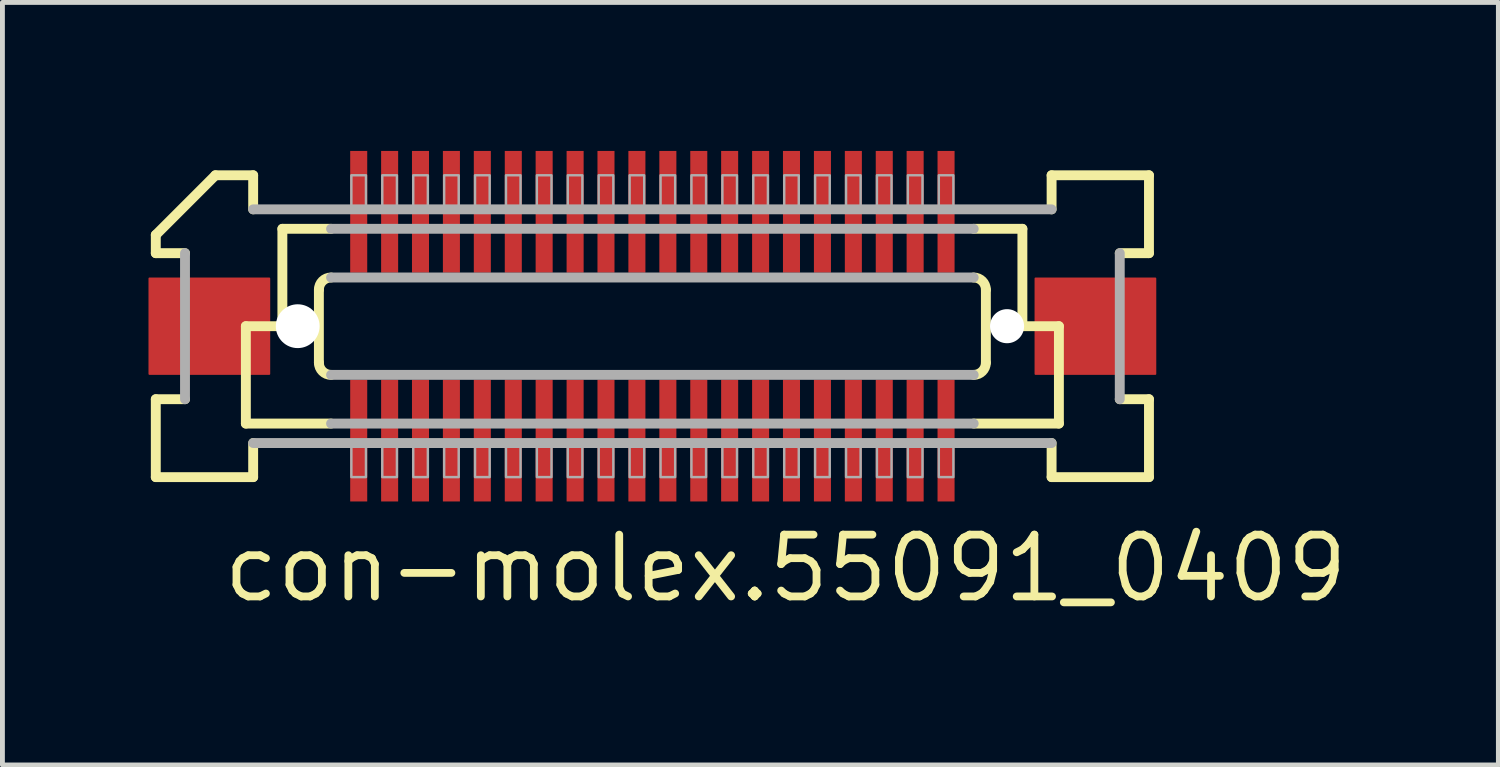
<source format=kicad_pcb>
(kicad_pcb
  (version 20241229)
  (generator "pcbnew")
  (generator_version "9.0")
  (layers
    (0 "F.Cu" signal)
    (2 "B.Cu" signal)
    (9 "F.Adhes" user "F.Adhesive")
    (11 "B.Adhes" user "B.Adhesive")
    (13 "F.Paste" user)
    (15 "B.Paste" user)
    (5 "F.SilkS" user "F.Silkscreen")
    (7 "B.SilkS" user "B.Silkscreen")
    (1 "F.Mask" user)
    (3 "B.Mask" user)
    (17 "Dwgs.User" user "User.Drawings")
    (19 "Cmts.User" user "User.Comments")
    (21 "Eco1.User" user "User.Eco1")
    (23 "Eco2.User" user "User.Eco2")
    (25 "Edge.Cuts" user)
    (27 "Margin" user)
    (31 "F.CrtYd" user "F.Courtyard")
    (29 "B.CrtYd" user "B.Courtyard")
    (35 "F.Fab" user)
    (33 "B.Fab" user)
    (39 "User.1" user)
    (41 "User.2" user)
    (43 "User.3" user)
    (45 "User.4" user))
  (footprint "con-molex.55091_0409"
    (layer "F.Cu")
    (at 10.35 3.65)
    (property "Reference" "con-molex.55091_0409" (at -8.89 5.715 0) (layer "F.SilkS") (effects (font (size 1.27 1.27) (thickness 0.16)) (justify left bottom)))
    (attr smd)
    (fp_rect (start -6.232 -1.075) (end -5.832 -3.625) (stroke (width 0.05) (type default)) (fill yes) (layer "F.Mask"))
    (fp_rect (start -6.232 3.625) (end -5.832 1.075) (stroke (width 0.05) (type default)) (fill yes) (layer "F.Mask"))
    (fp_rect (start -5.598 -1.075) (end -5.197 -3.625) (stroke (width 0.05) (type default)) (fill yes) (layer "F.Mask"))
    (fp_rect (start -5.598 3.625) (end -5.197 1.075) (stroke (width 0.05) (type default)) (fill yes) (layer "F.Mask"))
    (fp_rect (start -4.963 -1.075) (end -4.562 -3.625) (stroke (width 0.05) (type default)) (fill yes) (layer "F.Mask"))
    (fp_rect (start -4.963 3.625) (end -4.562 1.075) (stroke (width 0.05) (type default)) (fill yes) (layer "F.Mask"))
    (fp_rect (start -4.327 -1.075) (end -3.928 -3.625) (stroke (width 0.05) (type default)) (fill yes) (layer "F.Mask"))
    (fp_rect (start -4.327 3.625) (end -3.928 1.075) (stroke (width 0.05) (type default)) (fill yes) (layer "F.Mask"))
    (fp_rect (start -3.692 -1.075) (end -3.292 -3.625) (stroke (width 0.05) (type default)) (fill yes) (layer "F.Mask"))
    (fp_rect (start -3.692 3.625) (end -3.292 1.075) (stroke (width 0.05) (type default)) (fill yes) (layer "F.Mask"))
    (fp_rect (start -3.058 -1.075) (end -2.658 -3.625) (stroke (width 0.05) (type default)) (fill yes) (layer "F.Mask"))
    (fp_rect (start -3.058 3.625) (end -2.658 1.075) (stroke (width 0.05) (type default)) (fill yes) (layer "F.Mask"))
    (fp_rect (start -2.422 -1.075) (end -2.022 -3.625) (stroke (width 0.05) (type default)) (fill yes) (layer "F.Mask"))
    (fp_rect (start -2.422 3.625) (end -2.022 1.075) (stroke (width 0.05) (type default)) (fill yes) (layer "F.Mask"))
    (fp_rect (start -1.788 -1.075) (end -1.387 -3.625) (stroke (width 0.05) (type default)) (fill yes) (layer "F.Mask"))
    (fp_rect (start -1.788 3.625) (end -1.387 1.075) (stroke (width 0.05) (type default)) (fill yes) (layer "F.Mask"))
    (fp_rect (start -1.153 -1.075) (end -0.752 -3.625) (stroke (width 0.05) (type default)) (fill yes) (layer "F.Mask"))
    (fp_rect (start -1.153 3.625) (end -0.752 1.075) (stroke (width 0.05) (type default)) (fill yes) (layer "F.Mask"))
    (fp_rect (start -0.517 -1.075) (end -0.117 -3.625) (stroke (width 0.05) (type default)) (fill yes) (layer "F.Mask"))
    (fp_rect (start -0.517 3.625) (end -0.117 1.075) (stroke (width 0.05) (type default)) (fill yes) (layer "F.Mask"))
    (fp_rect (start 0.117 -1.075) (end 0.517 -3.625) (stroke (width 0.05) (type default)) (fill yes) (layer "F.Mask"))
    (fp_rect (start 0.117 3.625) (end 0.517 1.075) (stroke (width 0.05) (type default)) (fill yes) (layer "F.Mask"))
    (fp_rect (start 0.752 -1.075) (end 1.153 -3.625) (stroke (width 0.05) (type default)) (fill yes) (layer "F.Mask"))
    (fp_rect (start 0.752 3.625) (end 1.153 1.075) (stroke (width 0.05) (type default)) (fill yes) (layer "F.Mask"))
    (fp_rect (start 1.387 -1.075) (end 1.788 -3.625) (stroke (width 0.05) (type default)) (fill yes) (layer "F.Mask"))
    (fp_rect (start 1.387 3.625) (end 1.788 1.075) (stroke (width 0.05) (type default)) (fill yes) (layer "F.Mask"))
    (fp_rect (start 2.022 -1.075) (end 2.422 -3.625) (stroke (width 0.05) (type default)) (fill yes) (layer "F.Mask"))
    (fp_rect (start 2.022 3.625) (end 2.422 1.075) (stroke (width 0.05) (type default)) (fill yes) (layer "F.Mask"))
    (fp_rect (start 2.658 -1.075) (end 3.058 -3.625) (stroke (width 0.05) (type default)) (fill yes) (layer "F.Mask"))
    (fp_rect (start 2.658 3.625) (end 3.058 1.075) (stroke (width 0.05) (type default)) (fill yes) (layer "F.Mask"))
    (fp_rect (start 3.292 -1.075) (end 3.692 -3.625) (stroke (width 0.05) (type default)) (fill yes) (layer "F.Mask"))
    (fp_rect (start 3.292 3.625) (end 3.692 1.075) (stroke (width 0.05) (type default)) (fill yes) (layer "F.Mask"))
    (fp_rect (start 3.928 -1.075) (end 4.327 -3.625) (stroke (width 0.05) (type default)) (fill yes) (layer "F.Mask"))
    (fp_rect (start 3.928 3.625) (end 4.327 1.075) (stroke (width 0.05) (type default)) (fill yes) (layer "F.Mask"))
    (fp_rect (start 4.562 -1.075) (end 4.963 -3.625) (stroke (width 0.05) (type default)) (fill yes) (layer "F.Mask"))
    (fp_rect (start 4.562 3.625) (end 4.963 1.075) (stroke (width 0.05) (type default)) (fill yes) (layer "F.Mask"))
    (fp_rect (start 5.197 -1.075) (end 5.598 -3.625) (stroke (width 0.05) (type default)) (fill yes) (layer "F.Mask"))
    (fp_rect (start 5.197 3.625) (end 5.598 1.075) (stroke (width 0.05) (type default)) (fill yes) (layer "F.Mask"))
    (fp_rect (start 5.832 -1.075) (end 6.232 -3.625) (stroke (width 0.05) (type default)) (fill yes) (layer "F.Mask"))
    (fp_rect (start 5.832 3.625) (end 6.232 1.075) (stroke (width 0.05) (type default)) (fill yes) (layer "F.Mask"))
    (fp_line (start -10.2 -1.5) (end -10.2 -1.875) (stroke (width 0.203) (type default)) (layer "F.SilkS"))
    (fp_line (start -10.2 1.5) (end -9.6 1.5) (stroke (width 0.203) (type default)) (layer "F.SilkS"))
    (fp_line (start -10.2 3.1) (end -10.2 1.5) (stroke (width 0.203) (type default)) (layer "F.SilkS"))
    (fp_line (start -9.6 -1.5) (end -10.2 -1.5) (stroke (width 0.203) (type default)) (layer "F.SilkS"))
    (fp_line (start -8.975 -3.1) (end -10.2 -1.875) (stroke (width 0.203) (type default)) (layer "F.SilkS"))
    (fp_line (start -8.975 -3.1) (end -8.2 -3.1) (stroke (width 0.203) (type default)) (layer "F.SilkS"))
    (fp_line (start -8.35 0) (end -8.35 2) (stroke (width 0.203) (type default)) (layer "F.SilkS"))
    (fp_line (start -8.35 2) (end -6.6 2) (stroke (width 0.203) (type default)) (layer "F.SilkS"))
    (fp_line (start -8.2 -3.1) (end -8.2 -2.4) (stroke (width 0.203) (type default)) (layer "F.SilkS"))
    (fp_line (start -8.2 2.4) (end -8.2 3.1) (stroke (width 0.203) (type default)) (layer "F.SilkS"))
    (fp_line (start -8.2 3.1) (end -10.2 3.1) (stroke (width 0.203) (type default)) (layer "F.SilkS"))
    (fp_line (start -7.6 -2) (end -7.6 0) (stroke (width 0.203) (type default)) (layer "F.SilkS"))
    (fp_line (start -7.6 0) (end -8.35 0) (stroke (width 0.203) (type default)) (layer "F.SilkS"))
    (fp_line (start -6.85 0.75) (end -6.85 -0.75) (stroke (width 0.203) (type default)) (layer "F.SilkS"))
    (fp_line (start -6.6 -2) (end -7.6 -2) (stroke (width 0.203) (type default)) (layer "F.SilkS"))
    (fp_line (start 6.6 2) (end 8.35 2) (stroke (width 0.203) (type default)) (layer "F.SilkS"))
    (fp_line (start 6.85 -0.75) (end 6.85 0.75) (stroke (width 0.203) (type default)) (layer "F.SilkS"))
    (fp_line (start 7.6 -2) (end 6.6 -2) (stroke (width 0.203) (type default)) (layer "F.SilkS"))
    (fp_line (start 7.6 -2) (end 7.6 0) (stroke (width 0.203) (type default)) (layer "F.SilkS"))
    (fp_line (start 8.2 -3.1) (end 10.2 -3.1) (stroke (width 0.203) (type default)) (layer "F.SilkS"))
    (fp_line (start 8.2 -2.4) (end 8.2 -3.1) (stroke (width 0.203) (type default)) (layer "F.SilkS"))
    (fp_line (start 8.2 3.1) (end 8.2 2.4) (stroke (width 0.203) (type default)) (layer "F.SilkS"))
    (fp_line (start 8.35 0) (end 7.6 0) (stroke (width 0.203) (type default)) (layer "F.SilkS"))
    (fp_line (start 8.35 0) (end 8.35 2) (stroke (width 0.203) (type default)) (layer "F.SilkS"))
    (fp_line (start 9.6 1.5) (end 10.2 1.5) (stroke (width 0.203) (type default)) (layer "F.SilkS"))
    (fp_line (start 10.2 -3.1) (end 10.2 -1.5) (stroke (width 0.203) (type default)) (layer "F.SilkS"))
    (fp_line (start 10.2 -1.5) (end 9.6 -1.5) (stroke (width 0.203) (type default)) (layer "F.SilkS"))
    (fp_line (start 10.2 1.5) (end 10.2 3.1) (stroke (width 0.203) (type default)) (layer "F.SilkS"))
    (fp_line (start 10.2 3.1) (end 8.2 3.1) (stroke (width 0.203) (type default)) (layer "F.SilkS"))
    (fp_arc (start -6.85 -0.75) (mid -6.776777 -0.926777) (end -6.6 -1) (stroke (width 0.2032) (type default)) (layer "F.SilkS"))
    (fp_arc (start -6.6 1) (mid -6.776777 0.926777) (end -6.85 0.75) (stroke (width 0.2032) (type default)) (layer "F.SilkS"))
    (fp_arc (start 6.6 -1) (mid 6.776777 -0.926777) (end 6.85 -0.75) (stroke (width 0.2032) (type default)) (layer "F.SilkS"))
    (fp_arc (start 6.85 0.75) (mid 6.776777 0.926777) (end 6.6 1) (stroke (width 0.2032) (type default)) (layer "F.SilkS"))
    (fp_line (start -9.6 1.5) (end -9.6 -1.5) (stroke (width 0.203) (type default)) (layer "F.Fab"))
    (fp_line (start -8.2 -2.4) (end 8.2 -2.4) (stroke (width 0.203) (type default)) (layer "F.Fab"))
    (fp_line (start -6.6 -1) (end 6.6 -1) (stroke (width 0.203) (type default)) (layer "F.Fab"))
    (fp_line (start -6.6 2) (end 6.6 2) (stroke (width 0.203) (type default)) (layer "F.Fab"))
    (fp_line (start 6.6 -2) (end -6.6 -2) (stroke (width 0.203) (type default)) (layer "F.Fab"))
    (fp_line (start 6.6 1) (end -6.6 1) (stroke (width 0.203) (type default)) (layer "F.Fab"))
    (fp_line (start 8.2 2.4) (end -8.2 2.4) (stroke (width 0.203) (type default)) (layer "F.Fab"))
    (fp_line (start 9.6 -1.5) (end 9.6 1.5) (stroke (width 0.203) (type default)) (layer "F.Fab"))
    (fp_rect (start -6.183 -2.375) (end -5.883 -3.1) (stroke (width 0.05) (type default)) (fill no) (layer "F.Fab"))
    (fp_rect (start -6.183 3.1) (end -5.883 2.375) (stroke (width 0.05) (type default)) (fill no) (layer "F.Fab"))
    (fp_rect (start -5.548 -2.375) (end -5.247 -3.1) (stroke (width 0.05) (type default)) (fill no) (layer "F.Fab"))
    (fp_rect (start -5.548 3.1) (end -5.247 2.375) (stroke (width 0.05) (type default)) (fill no) (layer "F.Fab"))
    (fp_rect (start -4.912 -2.375) (end -4.612 -3.1) (stroke (width 0.05) (type default)) (fill no) (layer "F.Fab"))
    (fp_rect (start -4.912 3.1) (end -4.612 2.375) (stroke (width 0.05) (type default)) (fill no) (layer "F.Fab"))
    (fp_rect (start -4.277 -2.375) (end -3.978 -3.1) (stroke (width 0.05) (type default)) (fill no) (layer "F.Fab"))
    (fp_rect (start -4.277 3.1) (end -3.978 2.375) (stroke (width 0.05) (type default)) (fill no) (layer "F.Fab"))
    (fp_rect (start -3.643 -2.375) (end -3.342 -3.1) (stroke (width 0.05) (type default)) (fill no) (layer "F.Fab"))
    (fp_rect (start -3.643 3.1) (end -3.342 2.375) (stroke (width 0.05) (type default)) (fill no) (layer "F.Fab"))
    (fp_rect (start -3.007 -2.375) (end -2.708 -3.1) (stroke (width 0.05) (type default)) (fill no) (layer "F.Fab"))
    (fp_rect (start -3.007 3.1) (end -2.708 2.375) (stroke (width 0.05) (type default)) (fill no) (layer "F.Fab"))
    (fp_rect (start -2.373 -2.375) (end -2.072 -3.1) (stroke (width 0.05) (type default)) (fill no) (layer "F.Fab"))
    (fp_rect (start -2.373 3.1) (end -2.072 2.375) (stroke (width 0.05) (type default)) (fill no) (layer "F.Fab"))
    (fp_rect (start -1.738 -2.375) (end -1.438 -3.1) (stroke (width 0.05) (type default)) (fill no) (layer "F.Fab"))
    (fp_rect (start -1.738 3.1) (end -1.438 2.375) (stroke (width 0.05) (type default)) (fill no) (layer "F.Fab"))
    (fp_rect (start -1.103 -2.375) (end -0.802 -3.1) (stroke (width 0.05) (type default)) (fill no) (layer "F.Fab"))
    (fp_rect (start -1.103 3.1) (end -0.802 2.375) (stroke (width 0.05) (type default)) (fill no) (layer "F.Fab"))
    (fp_rect (start -0.468 -2.375) (end -0.168 -3.1) (stroke (width 0.05) (type default)) (fill no) (layer "F.Fab"))
    (fp_rect (start -0.468 3.1) (end -0.168 2.375) (stroke (width 0.05) (type default)) (fill no) (layer "F.Fab"))
    (fp_rect (start 0.168 -2.375) (end 0.468 -3.1) (stroke (width 0.05) (type default)) (fill no) (layer "F.Fab"))
    (fp_rect (start 0.168 3.1) (end 0.468 2.375) (stroke (width 0.05) (type default)) (fill no) (layer "F.Fab"))
    (fp_rect (start 0.802 -2.375) (end 1.103 -3.1) (stroke (width 0.05) (type default)) (fill no) (layer "F.Fab"))
    (fp_rect (start 0.802 3.1) (end 1.103 2.375) (stroke (width 0.05) (type default)) (fill no) (layer "F.Fab"))
    (fp_rect (start 1.438 -2.375) (end 1.738 -3.1) (stroke (width 0.05) (type default)) (fill no) (layer "F.Fab"))
    (fp_rect (start 1.438 3.1) (end 1.738 2.375) (stroke (width 0.05) (type default)) (fill no) (layer "F.Fab"))
    (fp_rect (start 2.072 -2.375) (end 2.373 -3.1) (stroke (width 0.05) (type default)) (fill no) (layer "F.Fab"))
    (fp_rect (start 2.072 3.1) (end 2.373 2.375) (stroke (width 0.05) (type default)) (fill no) (layer "F.Fab"))
    (fp_rect (start 2.708 -2.375) (end 3.007 -3.1) (stroke (width 0.05) (type default)) (fill no) (layer "F.Fab"))
    (fp_rect (start 2.708 3.1) (end 3.007 2.375) (stroke (width 0.05) (type default)) (fill no) (layer "F.Fab"))
    (fp_rect (start 3.342 -2.375) (end 3.643 -3.1) (stroke (width 0.05) (type default)) (fill no) (layer "F.Fab"))
    (fp_rect (start 3.342 3.1) (end 3.643 2.375) (stroke (width 0.05) (type default)) (fill no) (layer "F.Fab"))
    (fp_rect (start 3.978 -2.375) (end 4.277 -3.1) (stroke (width 0.05) (type default)) (fill no) (layer "F.Fab"))
    (fp_rect (start 3.978 3.1) (end 4.277 2.375) (stroke (width 0.05) (type default)) (fill no) (layer "F.Fab"))
    (fp_rect (start 4.612 -2.375) (end 4.912 -3.1) (stroke (width 0.05) (type default)) (fill no) (layer "F.Fab"))
    (fp_rect (start 4.612 3.1) (end 4.912 2.375) (stroke (width 0.05) (type default)) (fill no) (layer "F.Fab"))
    (fp_rect (start 5.247 -2.375) (end 5.548 -3.1) (stroke (width 0.05) (type default)) (fill no) (layer "F.Fab"))
    (fp_rect (start 5.247 3.1) (end 5.548 2.375) (stroke (width 0.05) (type default)) (fill no) (layer "F.Fab"))
    (fp_rect (start 5.883 -2.375) (end 6.183 -3.1) (stroke (width 0.05) (type default)) (fill no) (layer "F.Fab"))
    (fp_rect (start 5.883 3.1) (end 6.183 2.375) (stroke (width 0.05) (type default)) (fill no) (layer "F.Fab"))
    (pad "" np_thru_hole circle (at -7.285 0) (size 0.9 0.9) (drill 0.9) (layers "*.Cu" "*.Mask"))
    (pad "" np_thru_hole circle (at 7.285 0) (size 0.7 0.7) (drill 0.7) (layers "*.Cu" "*.Mask"))
    (pad "1" smd roundrect (at -6.032 -2.35) (size 0.35 2.5) (layers "F.Cu" "F.Mask" "F.Paste") (roundrect_rratio 0.01))
    (pad "2" smd roundrect (at -6.032 2.35 180) (size 0.35 2.5) (layers "F.Cu" "F.Mask" "F.Paste") (roundrect_rratio 0.01))
    (pad "3" smd roundrect (at -5.397 -2.35) (size 0.35 2.5) (layers "F.Cu" "F.Mask" "F.Paste") (roundrect_rratio 0.01))
    (pad "4" smd roundrect (at -5.397 2.35 180) (size 0.35 2.5) (layers "F.Cu" "F.Mask" "F.Paste") (roundrect_rratio 0.01))
    (pad "5" smd roundrect (at -4.763 -2.35) (size 0.35 2.5) (layers "F.Cu" "F.Mask" "F.Paste") (roundrect_rratio 0.01))
    (pad "6" smd roundrect (at -4.763 2.35 180) (size 0.35 2.5) (layers "F.Cu" "F.Mask" "F.Paste") (roundrect_rratio 0.01))
    (pad "7" smd roundrect (at -4.128 -2.35) (size 0.35 2.5) (layers "F.Cu" "F.Mask" "F.Paste") (roundrect_rratio 0.01))
    (pad "8" smd roundrect (at -4.128 2.35 180) (size 0.35 2.5) (layers "F.Cu" "F.Mask" "F.Paste") (roundrect_rratio 0.01))
    (pad "9" smd roundrect (at -3.493 -2.35) (size 0.35 2.5) (layers "F.Cu" "F.Mask" "F.Paste") (roundrect_rratio 0.01))
    (pad "10" smd roundrect (at -3.493 2.35 180) (size 0.35 2.5) (layers "F.Cu" "F.Mask" "F.Paste") (roundrect_rratio 0.01))
    (pad "11" smd roundrect (at -2.857 -2.35) (size 0.35 2.5) (layers "F.Cu" "F.Mask" "F.Paste") (roundrect_rratio 0.01))
    (pad "12" smd roundrect (at -2.857 2.35 180) (size 0.35 2.5) (layers "F.Cu" "F.Mask" "F.Paste") (roundrect_rratio 0.01))
    (pad "13" smd roundrect (at -2.223 -2.35) (size 0.35 2.5) (layers "F.Cu" "F.Mask" "F.Paste") (roundrect_rratio 0.01))
    (pad "14" smd roundrect (at -2.223 2.35 180) (size 0.35 2.5) (layers "F.Cu" "F.Mask" "F.Paste") (roundrect_rratio 0.01))
    (pad "15" smd roundrect (at -1.587 -2.35) (size 0.35 2.5) (layers "F.Cu" "F.Mask" "F.Paste") (roundrect_rratio 0.01))
    (pad "16" smd roundrect (at -1.587 2.35 180) (size 0.35 2.5) (layers "F.Cu" "F.Mask" "F.Paste") (roundrect_rratio 0.01))
    (pad "17" smd roundrect (at -0.953 -2.35) (size 0.35 2.5) (layers "F.Cu" "F.Mask" "F.Paste") (roundrect_rratio 0.01))
    (pad "18" smd roundrect (at -0.953 2.35 180) (size 0.35 2.5) (layers "F.Cu" "F.Mask" "F.Paste") (roundrect_rratio 0.01))
    (pad "19" smd roundrect (at -0.318 -2.35) (size 0.35 2.5) (layers "F.Cu" "F.Mask" "F.Paste") (roundrect_rratio 0.01))
    (pad "20" smd roundrect (at -0.318 2.35 180) (size 0.35 2.5) (layers "F.Cu" "F.Mask" "F.Paste") (roundrect_rratio 0.01))
    (pad "21" smd roundrect (at 0.318 -2.35) (size 0.35 2.5) (layers "F.Cu" "F.Mask" "F.Paste") (roundrect_rratio 0.01))
    (pad "22" smd roundrect (at 0.318 2.35 180) (size 0.35 2.5) (layers "F.Cu" "F.Mask" "F.Paste") (roundrect_rratio 0.01))
    (pad "23" smd roundrect (at 0.953 -2.35) (size 0.35 2.5) (layers "F.Cu" "F.Mask" "F.Paste") (roundrect_rratio 0.01))
    (pad "24" smd roundrect (at 0.953 2.35 180) (size 0.35 2.5) (layers "F.Cu" "F.Mask" "F.Paste") (roundrect_rratio 0.01))
    (pad "25" smd roundrect (at 1.587 -2.35) (size 0.35 2.5) (layers "F.Cu" "F.Mask" "F.Paste") (roundrect_rratio 0.01))
    (pad "26" smd roundrect (at 1.587 2.35 180) (size 0.35 2.5) (layers "F.Cu" "F.Mask" "F.Paste") (roundrect_rratio 0.01))
    (pad "27" smd roundrect (at 2.223 -2.35) (size 0.35 2.5) (layers "F.Cu" "F.Mask" "F.Paste") (roundrect_rratio 0.01))
    (pad "28" smd roundrect (at 2.223 2.35 180) (size 0.35 2.5) (layers "F.Cu" "F.Mask" "F.Paste") (roundrect_rratio 0.01))
    (pad "29" smd roundrect (at 2.857 -2.35) (size 0.35 2.5) (layers "F.Cu" "F.Mask" "F.Paste") (roundrect_rratio 0.01))
    (pad "30" smd roundrect (at 2.857 2.35 180) (size 0.35 2.5) (layers "F.Cu" "F.Mask" "F.Paste") (roundrect_rratio 0.01))
    (pad "31" smd roundrect (at 3.493 -2.35) (size 0.35 2.5) (layers "F.Cu" "F.Mask" "F.Paste") (roundrect_rratio 0.01))
    (pad "32" smd roundrect (at 3.493 2.35 180) (size 0.35 2.5) (layers "F.Cu" "F.Mask" "F.Paste") (roundrect_rratio 0.01))
    (pad "33" smd roundrect (at 4.128 -2.35) (size 0.35 2.5) (layers "F.Cu" "F.Mask" "F.Paste") (roundrect_rratio 0.01))
    (pad "34" smd roundrect (at 4.128 2.35 180) (size 0.35 2.5) (layers "F.Cu" "F.Mask" "F.Paste") (roundrect_rratio 0.01))
    (pad "35" smd roundrect (at 4.763 -2.35) (size 0.35 2.5) (layers "F.Cu" "F.Mask" "F.Paste") (roundrect_rratio 0.01))
    (pad "36" smd roundrect (at 4.763 2.35 180) (size 0.35 2.5) (layers "F.Cu" "F.Mask" "F.Paste") (roundrect_rratio 0.01))
    (pad "37" smd roundrect (at 5.397 -2.35) (size 0.35 2.5) (layers "F.Cu" "F.Mask" "F.Paste") (roundrect_rratio 0.01))
    (pad "38" smd roundrect (at 5.397 2.35 180) (size 0.35 2.5) (layers "F.Cu" "F.Mask" "F.Paste") (roundrect_rratio 0.01))
    (pad "39" smd roundrect (at 6.032 -2.35) (size 0.35 2.5) (layers "F.Cu" "F.Mask" "F.Paste") (roundrect_rratio 0.01))
    (pad "40" smd roundrect (at 6.032 2.35 180) (size 0.35 2.5) (layers "F.Cu" "F.Mask" "F.Paste") (roundrect_rratio 0.01))
    (pad "M1" smd roundrect (at -9.1 0) (size 2.5 2) (layers "F.Cu" "F.Mask" "F.Paste") (roundrect_rratio 0.01))
    (pad "M2" smd roundrect (at 9.1 0 180) (size 2.5 2) (layers "F.Cu" "F.Mask" "F.Paste") (roundrect_rratio 0.01)))
  (gr_rect
    (start -3 -3)
    (end 27.727 12.662)
    (stroke (width 0.1) (type default))
    (fill no)
    (layer "Edge.Cuts")))
</source>
